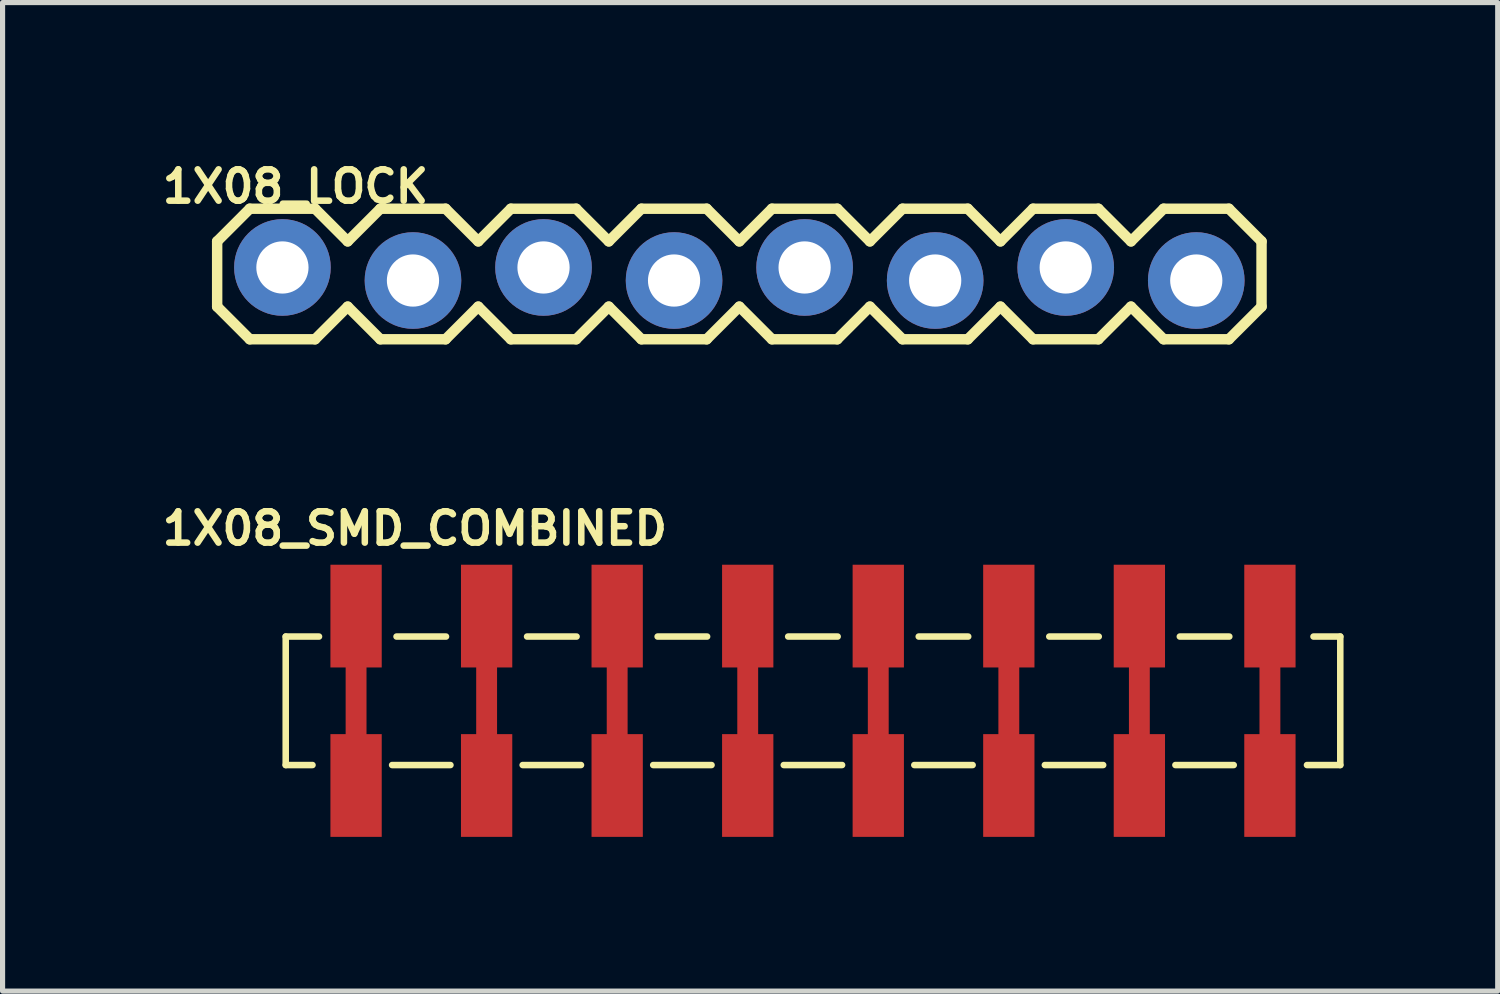
<source format=kicad_pcb>
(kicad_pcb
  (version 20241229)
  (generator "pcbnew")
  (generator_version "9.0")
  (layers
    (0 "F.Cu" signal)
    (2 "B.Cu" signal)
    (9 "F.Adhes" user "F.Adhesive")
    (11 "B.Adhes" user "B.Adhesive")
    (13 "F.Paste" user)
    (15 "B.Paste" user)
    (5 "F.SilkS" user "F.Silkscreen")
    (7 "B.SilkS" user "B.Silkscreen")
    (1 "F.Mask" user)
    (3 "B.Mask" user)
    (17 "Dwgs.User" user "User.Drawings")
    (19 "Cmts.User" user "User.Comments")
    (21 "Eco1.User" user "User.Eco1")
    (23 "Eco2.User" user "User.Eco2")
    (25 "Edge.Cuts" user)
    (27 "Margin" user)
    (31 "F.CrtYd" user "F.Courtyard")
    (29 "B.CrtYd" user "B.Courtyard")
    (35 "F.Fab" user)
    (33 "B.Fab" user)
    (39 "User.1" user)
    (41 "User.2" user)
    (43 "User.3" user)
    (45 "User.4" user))
  (footprint "1X08_SMD_COMBINED"
    (layer "F.Cu")
    (at 3.878 10.585)
    (property "Reference" "1X08_SMD_COMBINED" (at 1.143 -3.353 0) (layer "F.SilkS") (effects (font (size 0.61 0.61) (thickness 0.127))))
    (attr smd)
    (fp_line (start 0 -1.27) (end 0 1.27) (stroke (width 0.406) (type solid)) (layer "F.Cu"))
    (fp_line (start 2.54 -1.27) (end 2.54 1.27) (stroke (width 0.406) (type solid)) (layer "F.Cu"))
    (fp_line (start 5.08 -1.27) (end 5.08 1.27) (stroke (width 0.406) (type solid)) (layer "F.Cu"))
    (fp_line (start 7.62 -1.27) (end 7.62 1.27) (stroke (width 0.406) (type solid)) (layer "F.Cu"))
    (fp_line (start 10.16 -1.27) (end 10.16 1.27) (stroke (width 0.406) (type solid)) (layer "F.Cu"))
    (fp_line (start 12.7 -1.27) (end 12.7 1.27) (stroke (width 0.406) (type solid)) (layer "F.Cu"))
    (fp_line (start 15.24 -1.27) (end 15.24 1.27) (stroke (width 0.406) (type solid)) (layer "F.Cu"))
    (fp_line (start 17.78 -1.27) (end 17.78 1.27) (stroke (width 0.406) (type solid)) (layer "F.Cu"))
    (fp_line (start -1.369 -1.25) (end -0.721 -1.25) (stroke (width 0.127) (type solid)) (layer "F.SilkS"))
    (fp_line (start -1.369 1.25) (end -1.369 -1.25) (stroke (width 0.127) (type solid)) (layer "F.SilkS"))
    (fp_line (start -0.848 1.25) (end -1.369 1.25) (stroke (width 0.127) (type solid)) (layer "F.SilkS"))
    (fp_line (start 0.787 -1.25) (end 1.75 -1.25) (stroke (width 0.127) (type solid)) (layer "F.SilkS"))
    (fp_line (start 1.836 1.25) (end 0.701 1.25) (stroke (width 0.127) (type solid)) (layer "F.SilkS"))
    (fp_line (start 3.327 -1.25) (end 4.29 -1.25) (stroke (width 0.127) (type solid)) (layer "F.SilkS"))
    (fp_line (start 4.376 1.25) (end 3.241 1.25) (stroke (width 0.127) (type solid)) (layer "F.SilkS"))
    (fp_line (start 5.867 -1.25) (end 6.83 -1.25) (stroke (width 0.127) (type solid)) (layer "F.SilkS"))
    (fp_line (start 6.916 1.25) (end 5.781 1.25) (stroke (width 0.127) (type solid)) (layer "F.SilkS"))
    (fp_line (start 8.407 -1.25) (end 9.37 -1.25) (stroke (width 0.127) (type solid)) (layer "F.SilkS"))
    (fp_line (start 9.456 1.25) (end 8.321 1.25) (stroke (width 0.127) (type solid)) (layer "F.SilkS"))
    (fp_line (start 10.947 -1.25) (end 11.91 -1.25) (stroke (width 0.127) (type solid)) (layer "F.SilkS"))
    (fp_line (start 11.996 1.25) (end 10.861 1.25) (stroke (width 0.127) (type solid)) (layer "F.SilkS"))
    (fp_line (start 13.487 -1.25) (end 14.45 -1.25) (stroke (width 0.127) (type solid)) (layer "F.SilkS"))
    (fp_line (start 14.536 1.25) (end 13.401 1.25) (stroke (width 0.127) (type solid)) (layer "F.SilkS"))
    (fp_line (start 16.027 -1.25) (end 16.99 -1.25) (stroke (width 0.127) (type solid)) (layer "F.SilkS"))
    (fp_line (start 17.076 1.25) (end 15.941 1.25) (stroke (width 0.127) (type solid)) (layer "F.SilkS"))
    (fp_line (start 18.628 -1.25) (end 19.149 -1.25) (stroke (width 0.127) (type solid)) (layer "F.SilkS"))
    (fp_line (start 19.149 -1.25) (end 19.149 1.25) (stroke (width 0.127) (type solid)) (layer "F.SilkS"))
    (fp_line (start 19.149 1.25) (end 18.501 1.25) (stroke (width 0.127) (type solid)) (layer "F.SilkS"))
    (pad "1" smd rect (at 0 -1.648 90) (size 1.999 0.998) (layers "F.Cu" "F.Mask" "F.Paste"))
    (pad "1@2" smd rect (at 0 1.648 270) (size 1.999 0.998) (layers "F.Cu" "F.Mask" "F.Paste"))
    (pad "2" smd rect (at 2.54 1.648 90) (size 1.999 0.998) (layers "F.Cu" "F.Mask" "F.Paste"))
    (pad "2@2" smd rect (at 2.54 -1.648 270) (size 1.999 0.998) (layers "F.Cu" "F.Mask" "F.Paste"))
    (pad "3" smd rect (at 5.08 -1.648 90) (size 1.999 0.998) (layers "F.Cu" "F.Mask" "F.Paste"))
    (pad "3@2" smd rect (at 5.08 1.648 270) (size 1.999 0.998) (layers "F.Cu" "F.Mask" "F.Paste"))
    (pad "4" smd rect (at 7.62 1.648 90) (size 1.999 0.998) (layers "F.Cu" "F.Mask" "F.Paste"))
    (pad "4@2" smd rect (at 7.62 -1.648 270) (size 1.999 0.998) (layers "F.Cu" "F.Mask" "F.Paste"))
    (pad "5" smd rect (at 10.16 -1.648 90) (size 1.999 0.998) (layers "F.Cu" "F.Mask" "F.Paste"))
    (pad "5@2" smd rect (at 10.16 1.648 270) (size 1.999 0.998) (layers "F.Cu" "F.Mask" "F.Paste"))
    (pad "6" smd rect (at 12.7 1.648 90) (size 1.999 0.998) (layers "F.Cu" "F.Mask" "F.Paste"))
    (pad "6@2" smd rect (at 12.7 -1.648 270) (size 1.999 0.998) (layers "F.Cu" "F.Mask" "F.Paste"))
    (pad "7" smd rect (at 15.24 -1.648 90) (size 1.999 0.998) (layers "F.Cu" "F.Mask" "F.Paste"))
    (pad "7@2" smd rect (at 15.24 1.648 270) (size 1.999 0.998) (layers "F.Cu" "F.Mask" "F.Paste"))
    (pad "8" smd rect (at 17.78 1.648 270) (size 1.999 0.998) (layers "F.Cu" "F.Mask" "F.Paste"))
    (pad "8@2" smd rect (at 17.78 -1.648 270) (size 1.999 0.998) (layers "F.Cu" "F.Mask" "F.Paste")))
  (footprint "1X08_LOCK"
    (layer "F.Cu")
    (at 2.445 2.281)
    (property "Reference" "1X08_LOCK" (at 0.254 -1.702 0) (layer "F.SilkS") (effects (font (size 0.61 0.61) (thickness 0.127))))
    (attr exclude_from_pos_files exclude_from_bom)
    (fp_line (start -1.27 -0.635) (end -1.27 0.635) (stroke (width 0.203) (type solid)) (layer "F.SilkS"))
    (fp_line (start -1.27 0.635) (end -0.635 1.27) (stroke (width 0.203) (type solid)) (layer "F.SilkS"))
    (fp_line (start -0.635 -1.27) (end -1.27 -0.635) (stroke (width 0.203) (type solid)) (layer "F.SilkS"))
    (fp_line (start -0.635 -1.27) (end 0.635 -1.27) (stroke (width 0.203) (type solid)) (layer "F.SilkS"))
    (fp_line (start 0.635 -1.27) (end 1.27 -0.635) (stroke (width 0.203) (type solid)) (layer "F.SilkS"))
    (fp_line (start 0.635 1.27) (end -0.635 1.27) (stroke (width 0.203) (type solid)) (layer "F.SilkS"))
    (fp_line (start 1.27 -0.635) (end 1.905 -1.27) (stroke (width 0.203) (type solid)) (layer "F.SilkS"))
    (fp_line (start 1.27 0.635) (end 0.635 1.27) (stroke (width 0.203) (type solid)) (layer "F.SilkS"))
    (fp_line (start 1.905 -1.27) (end 3.175 -1.27) (stroke (width 0.203) (type solid)) (layer "F.SilkS"))
    (fp_line (start 1.905 1.27) (end 1.27 0.635) (stroke (width 0.203) (type solid)) (layer "F.SilkS"))
    (fp_line (start 3.175 -1.27) (end 3.81 -0.635) (stroke (width 0.203) (type solid)) (layer "F.SilkS"))
    (fp_line (start 3.175 1.27) (end 1.905 1.27) (stroke (width 0.203) (type solid)) (layer "F.SilkS"))
    (fp_line (start 3.81 -0.635) (end 4.445 -1.27) (stroke (width 0.203) (type solid)) (layer "F.SilkS"))
    (fp_line (start 3.81 0.635) (end 3.175 1.27) (stroke (width 0.203) (type solid)) (layer "F.SilkS"))
    (fp_line (start 4.445 -1.27) (end 5.715 -1.27) (stroke (width 0.203) (type solid)) (layer "F.SilkS"))
    (fp_line (start 4.445 1.27) (end 3.81 0.635) (stroke (width 0.203) (type solid)) (layer "F.SilkS"))
    (fp_line (start 5.715 -1.27) (end 6.35 -0.635) (stroke (width 0.203) (type solid)) (layer "F.SilkS"))
    (fp_line (start 5.715 1.27) (end 4.445 1.27) (stroke (width 0.203) (type solid)) (layer "F.SilkS"))
    (fp_line (start 6.35 0.635) (end 5.715 1.27) (stroke (width 0.203) (type solid)) (layer "F.SilkS"))
    (fp_line (start 6.35 0.635) (end 6.985 1.27) (stroke (width 0.203) (type solid)) (layer "F.SilkS"))
    (fp_line (start 6.985 -1.27) (end 6.35 -0.635) (stroke (width 0.203) (type solid)) (layer "F.SilkS"))
    (fp_line (start 6.985 -1.27) (end 8.255 -1.27) (stroke (width 0.203) (type solid)) (layer "F.SilkS"))
    (fp_line (start 8.255 -1.27) (end 8.89 -0.635) (stroke (width 0.203) (type solid)) (layer "F.SilkS"))
    (fp_line (start 8.255 1.27) (end 6.985 1.27) (stroke (width 0.203) (type solid)) (layer "F.SilkS"))
    (fp_line (start 8.89 -0.635) (end 9.525 -1.27) (stroke (width 0.203) (type solid)) (layer "F.SilkS"))
    (fp_line (start 8.89 0.635) (end 8.255 1.27) (stroke (width 0.203) (type solid)) (layer "F.SilkS"))
    (fp_line (start 9.525 -1.27) (end 10.795 -1.27) (stroke (width 0.203) (type solid)) (layer "F.SilkS"))
    (fp_line (start 9.525 1.27) (end 8.89 0.635) (stroke (width 0.203) (type solid)) (layer "F.SilkS"))
    (fp_line (start 10.795 -1.27) (end 11.43 -0.635) (stroke (width 0.203) (type solid)) (layer "F.SilkS"))
    (fp_line (start 10.795 1.27) (end 9.525 1.27) (stroke (width 0.203) (type solid)) (layer "F.SilkS"))
    (fp_line (start 11.43 -0.635) (end 12.065 -1.27) (stroke (width 0.203) (type solid)) (layer "F.SilkS"))
    (fp_line (start 11.43 0.635) (end 10.795 1.27) (stroke (width 0.203) (type solid)) (layer "F.SilkS"))
    (fp_line (start 12.065 -1.27) (end 13.335 -1.27) (stroke (width 0.203) (type solid)) (layer "F.SilkS"))
    (fp_line (start 12.065 1.27) (end 11.43 0.635) (stroke (width 0.203) (type solid)) (layer "F.SilkS"))
    (fp_line (start 13.335 -1.27) (end 13.97 -0.635) (stroke (width 0.203) (type solid)) (layer "F.SilkS"))
    (fp_line (start 13.335 1.27) (end 12.065 1.27) (stroke (width 0.203) (type solid)) (layer "F.SilkS"))
    (fp_line (start 13.97 0.635) (end 13.335 1.27) (stroke (width 0.203) (type solid)) (layer "F.SilkS"))
    (fp_line (start 13.97 0.635) (end 14.605 1.27) (stroke (width 0.203) (type solid)) (layer "F.SilkS"))
    (fp_line (start 14.605 -1.27) (end 13.97 -0.635) (stroke (width 0.203) (type solid)) (layer "F.SilkS"))
    (fp_line (start 14.605 -1.27) (end 15.875 -1.27) (stroke (width 0.203) (type solid)) (layer "F.SilkS"))
    (fp_line (start 15.875 -1.27) (end 16.51 -0.635) (stroke (width 0.203) (type solid)) (layer "F.SilkS"))
    (fp_line (start 15.875 1.27) (end 14.605 1.27) (stroke (width 0.203) (type solid)) (layer "F.SilkS"))
    (fp_line (start 16.51 0.635) (end 15.875 1.27) (stroke (width 0.203) (type solid)) (layer "F.SilkS"))
    (fp_line (start 16.51 0.635) (end 17.145 1.27) (stroke (width 0.203) (type solid)) (layer "F.SilkS"))
    (fp_line (start 17.145 -1.27) (end 16.51 -0.635) (stroke (width 0.203) (type solid)) (layer "F.SilkS"))
    (fp_line (start 17.145 -1.27) (end 18.415 -1.27) (stroke (width 0.203) (type solid)) (layer "F.SilkS"))
    (fp_line (start 18.415 -1.27) (end 19.05 -0.635) (stroke (width 0.203) (type solid)) (layer "F.SilkS"))
    (fp_line (start 18.415 1.27) (end 17.145 1.27) (stroke (width 0.203) (type solid)) (layer "F.SilkS"))
    (fp_line (start 19.05 -0.635) (end 19.05 0.635) (stroke (width 0.203) (type solid)) (layer "F.SilkS"))
    (fp_line (start 19.05 0.635) (end 18.415 1.27) (stroke (width 0.203) (type solid)) (layer "F.SilkS"))
    (fp_line (start -0.254 -0.254) (end 0.254 -0.254) (stroke (width 0.066) (type solid)) (layer "Dwgs.User"))
    (fp_line (start -0.254 0.254) (end -0.254 -0.254) (stroke (width 0.066) (type solid)) (layer "Dwgs.User"))
    (fp_line (start -0.254 0.254) (end 0.254 0.254) (stroke (width 0.066) (type solid)) (layer "Dwgs.User"))
    (fp_line (start 0.254 0.254) (end 0.254 -0.254) (stroke (width 0.066) (type solid)) (layer "Dwgs.User"))
    (fp_line (start 2.286 -0.254) (end 2.794 -0.254) (stroke (width 0.066) (type solid)) (layer "Dwgs.User"))
    (fp_line (start 2.286 0.254) (end 2.286 -0.254) (stroke (width 0.066) (type solid)) (layer "Dwgs.User"))
    (fp_line (start 2.286 0.254) (end 2.794 0.254) (stroke (width 0.066) (type solid)) (layer "Dwgs.User"))
    (fp_line (start 2.794 0.254) (end 2.794 -0.254) (stroke (width 0.066) (type solid)) (layer "Dwgs.User"))
    (fp_line (start 4.826 -0.254) (end 5.334 -0.254) (stroke (width 0.066) (type solid)) (layer "Dwgs.User"))
    (fp_line (start 4.826 0.254) (end 4.826 -0.254) (stroke (width 0.066) (type solid)) (layer "Dwgs.User"))
    (fp_line (start 4.826 0.254) (end 5.334 0.254) (stroke (width 0.066) (type solid)) (layer "Dwgs.User"))
    (fp_line (start 5.334 0.254) (end 5.334 -0.254) (stroke (width 0.066) (type solid)) (layer "Dwgs.User"))
    (fp_line (start 7.366 -0.254) (end 7.874 -0.254) (stroke (width 0.066) (type solid)) (layer "Dwgs.User"))
    (fp_line (start 7.366 0.254) (end 7.366 -0.254) (stroke (width 0.066) (type solid)) (layer "Dwgs.User"))
    (fp_line (start 7.366 0.254) (end 7.874 0.254) (stroke (width 0.066) (type solid)) (layer "Dwgs.User"))
    (fp_line (start 7.874 0.254) (end 7.874 -0.254) (stroke (width 0.066) (type solid)) (layer "Dwgs.User"))
    (fp_line (start 9.906 -0.254) (end 10.414 -0.254) (stroke (width 0.066) (type solid)) (layer "Dwgs.User"))
    (fp_line (start 9.906 0.254) (end 9.906 -0.254) (stroke (width 0.066) (type solid)) (layer "Dwgs.User"))
    (fp_line (start 9.906 0.254) (end 10.414 0.254) (stroke (width 0.066) (type solid)) (layer "Dwgs.User"))
    (fp_line (start 10.414 0.254) (end 10.414 -0.254) (stroke (width 0.066) (type solid)) (layer "Dwgs.User"))
    (fp_line (start 12.446 -0.254) (end 12.954 -0.254) (stroke (width 0.066) (type solid)) (layer "Dwgs.User"))
    (fp_line (start 12.446 0.254) (end 12.446 -0.254) (stroke (width 0.066) (type solid)) (layer "Dwgs.User"))
    (fp_line (start 12.446 0.254) (end 12.954 0.254) (stroke (width 0.066) (type solid)) (layer "Dwgs.User"))
    (fp_line (start 12.954 0.254) (end 12.954 -0.254) (stroke (width 0.066) (type solid)) (layer "Dwgs.User"))
    (fp_line (start 14.986 -0.254) (end 15.494 -0.254) (stroke (width 0.066) (type solid)) (layer "Dwgs.User"))
    (fp_line (start 14.986 0.254) (end 14.986 -0.254) (stroke (width 0.066) (type solid)) (layer "Dwgs.User"))
    (fp_line (start 14.986 0.254) (end 15.494 0.254) (stroke (width 0.066) (type solid)) (layer "Dwgs.User"))
    (fp_line (start 15.494 0.254) (end 15.494 -0.254) (stroke (width 0.066) (type solid)) (layer "Dwgs.User"))
    (fp_line (start 17.523 -0.254) (end 18.034 -0.254) (stroke (width 0.066) (type solid)) (layer "Dwgs.User"))
    (fp_line (start 17.523 0.254) (end 17.523 -0.254) (stroke (width 0.066) (type solid)) (layer "Dwgs.User"))
    (fp_line (start 17.523 0.254) (end 18.034 0.254) (stroke (width 0.066) (type solid)) (layer "Dwgs.User"))
    (fp_line (start 18.034 0.254) (end 18.034 -0.254) (stroke (width 0.066) (type solid)) (layer "Dwgs.User"))
    (pad "1" thru_hole circle (at 0 -0.127) (size 1.88 1.88) (drill 1.016) (layers "*.Cu" "*.Paste" "*.Mask"))
    (pad "2" thru_hole circle (at 2.54 0.127) (size 1.88 1.88) (drill 1.016) (layers "*.Cu" "*.Paste" "*.Mask"))
    (pad "3" thru_hole circle (at 5.08 -0.127) (size 1.88 1.88) (drill 1.016) (layers "*.Cu" "*.Paste" "*.Mask"))
    (pad "4" thru_hole circle (at 7.62 0.127) (size 1.88 1.88) (drill 1.016) (layers "*.Cu" "*.Paste" "*.Mask"))
    (pad "5" thru_hole circle (at 10.16 -0.127) (size 1.88 1.88) (drill 1.016) (layers "*.Cu" "*.Paste" "*.Mask"))
    (pad "6" thru_hole circle (at 12.7 0.127) (size 1.88 1.88) (drill 1.016) (layers "*.Cu" "*.Paste" "*.Mask"))
    (pad "7" thru_hole circle (at 15.24 -0.127) (size 1.88 1.88) (drill 1.016) (layers "*.Cu" "*.Paste" "*.Mask"))
    (pad "8" thru_hole circle (at 17.78 0.127) (size 1.88 1.88) (drill 1.016) (layers "*.Cu" "*.Paste" "*.Mask")))
  (gr_rect
    (start -3 -3)
    (end 26.09 16.233)
    (stroke (width 0.1) (type default))
    (fill no)
    (layer "Edge.Cuts")))
</source>
